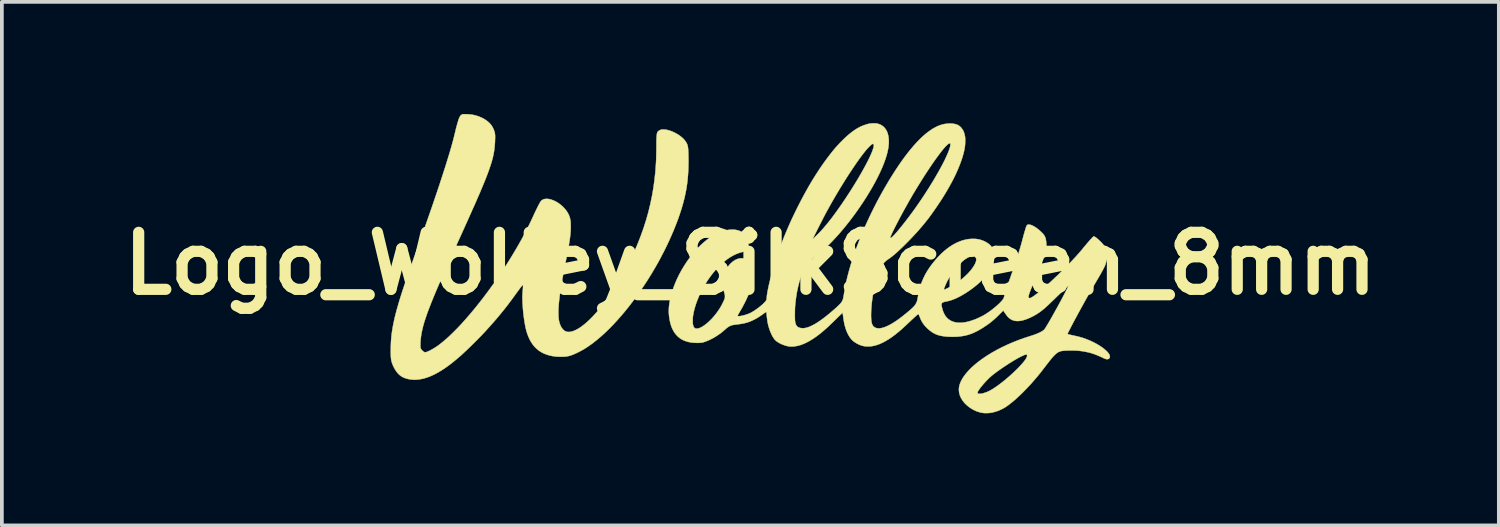
<source format=kicad_pcb>
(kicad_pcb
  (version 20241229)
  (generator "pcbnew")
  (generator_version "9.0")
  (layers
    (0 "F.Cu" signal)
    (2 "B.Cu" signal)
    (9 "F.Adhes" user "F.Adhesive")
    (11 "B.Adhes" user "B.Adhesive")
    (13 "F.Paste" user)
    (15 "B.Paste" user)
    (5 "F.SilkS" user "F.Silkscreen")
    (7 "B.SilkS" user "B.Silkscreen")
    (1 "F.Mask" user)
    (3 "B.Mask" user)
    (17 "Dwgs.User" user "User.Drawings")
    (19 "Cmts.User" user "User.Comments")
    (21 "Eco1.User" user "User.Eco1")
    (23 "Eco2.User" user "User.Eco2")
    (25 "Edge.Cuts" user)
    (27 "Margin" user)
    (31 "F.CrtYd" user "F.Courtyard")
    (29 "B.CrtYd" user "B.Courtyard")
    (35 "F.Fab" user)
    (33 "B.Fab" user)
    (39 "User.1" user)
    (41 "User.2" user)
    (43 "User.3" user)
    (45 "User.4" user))
  (footprint "Logo_Wolley_SilkScreen_8mm"
    (layer "F.Cu")
    (at 17.025 4.001)
    (property "Reference" "Logo_Wolley_SilkScreen_8mm" (at 0 0 0) (layer "F.SilkS") (effects (font (size 1.524 1.524) (thickness 0.3))))
    (attr through_hole)
    (fp_poly (pts (xy -7.624 -3.996) (xy -7.549 -3.994) (xy -7.479 -3.987) (xy -7.412 -3.977) (xy -7.346 -3.961) (xy -7.318 -3.953) (xy -7.25 -3.929) (xy -7.185 -3.901) (xy -7.124 -3.869) (xy -7.068 -3.833) (xy -7.017 -3.794) (xy -6.972 -3.752) (xy -6.934 -3.707) (xy -6.919 -3.686) (xy -6.908 -3.668) (xy -6.895 -3.644) (xy -6.881 -3.617) (xy -6.868 -3.589) (xy -6.857 -3.562) (xy -6.848 -3.539) (xy -6.845 -3.528) (xy -6.837 -3.498) (xy -6.832 -3.465) (xy -6.829 -3.429) (xy -6.828 -3.387) (xy -6.829 -3.34) (xy -6.829 -3.337) (xy -6.832 -3.25) (xy -6.838 -3.17) (xy -6.845 -3.094) (xy -6.854 -3.021) (xy -6.866 -2.951) (xy -6.88 -2.881) (xy -6.897 -2.809) (xy -6.917 -2.735) (xy -6.941 -2.657) (xy -6.96 -2.6) (xy -6.973 -2.561) (xy -6.987 -2.521) (xy -7.001 -2.48) (xy -7.017 -2.438) (xy -7.033 -2.394) (xy -7.05 -2.348) (xy -7.069 -2.3) (xy -7.089 -2.25) (xy -7.11 -2.197) (xy -7.133 -2.141) (xy -7.157 -2.083) (xy -7.183 -2.021) (xy -7.211 -1.955) (xy -7.24 -1.886) (xy -7.272 -1.813) (xy -7.306 -1.736) (xy -7.341 -1.654) (xy -7.379 -1.568) (xy -7.42 -1.477) (xy -7.463 -1.381) (xy -7.508 -1.279) (xy -7.556 -1.172) (xy -7.607 -1.059) (xy -7.66 -0.941) (xy -7.717 -0.816) (xy -7.776 -0.684) (xy -7.839 -0.546) (xy -7.853 -0.516) (xy -7.877 -0.463) (xy -7.902 -0.408) (xy -7.927 -0.352) (xy -7.953 -0.295) (xy -7.978 -0.24) (xy -8.002 -0.187) (xy -8.025 -0.137) (xy -8.046 -0.09) (xy -8.065 -0.047) (xy -8.081 -0.011) (xy -8.089 0.008) (xy -8.151 0.145) (xy -8.209 0.276) (xy -8.263 0.4) (xy -8.315 0.518) (xy -8.363 0.63) (xy -8.409 0.737) (xy -8.451 0.838) (xy -8.49 0.933) (xy -8.527 1.024) (xy -8.561 1.11) (xy -8.593 1.192) (xy -8.622 1.269) (xy -8.649 1.342) (xy -8.673 1.412) (xy -8.695 1.478) (xy -8.716 1.541) (xy -8.734 1.6) (xy -8.75 1.657) (xy -8.764 1.711) (xy -8.776 1.763) (xy -8.787 1.812) (xy -8.797 1.86) (xy -8.799 1.874) (xy -8.808 1.928) (xy -8.815 1.983) (xy -8.821 2.038) (xy -8.825 2.091) (xy -8.827 2.14) (xy -8.828 2.185) (xy -8.828 2.202) (xy -8.827 2.223) (xy -8.826 2.239) (xy -8.824 2.251) (xy -8.822 2.26) (xy -8.819 2.269) (xy -8.814 2.28) (xy -8.802 2.299) (xy -8.787 2.317) (xy -8.769 2.335) (xy -8.75 2.351) (xy -8.73 2.364) (xy -8.713 2.372) (xy -8.699 2.375) (xy -8.683 2.372) (xy -8.662 2.366) (xy -8.636 2.356) (xy -8.606 2.343) (xy -8.573 2.328) (xy -8.538 2.309) (xy -8.502 2.289) (xy -8.465 2.267) (xy -8.428 2.244) (xy -8.407 2.231) (xy -8.344 2.187) (xy -8.278 2.136) (xy -8.208 2.079) (xy -8.135 2.017) (xy -8.06 1.949) (xy -7.983 1.875) (xy -7.904 1.797) (xy -7.823 1.715) (xy -7.741 1.628) (xy -7.658 1.536) (xy -7.647 1.524) (xy -7.518 1.376) (xy -7.389 1.222) (xy -7.26 1.062) (xy -7.131 0.896) (xy -7.004 0.726) (xy -6.878 0.552) (xy -6.754 0.375) (xy -6.633 0.196) (xy -6.515 0.016) (xy -6.401 -0.166) (xy -6.292 -0.347) (xy -6.198 -0.508) (xy -6.132 -0.626) (xy -6.069 -0.74) (xy -6.01 -0.851) (xy -5.954 -0.963) (xy -5.898 -1.076) (xy -5.843 -1.193) (xy -5.801 -1.283) (xy -5.786 -1.318) (xy -5.769 -1.354) (xy -5.75 -1.393) (xy -5.731 -1.432) (xy -5.712 -1.47) (xy -5.694 -1.508) (xy -5.676 -1.543) (xy -5.66 -1.574) (xy -5.645 -1.601) (xy -5.633 -1.623) (xy -5.627 -1.634) (xy -5.615 -1.653) (xy -5.603 -1.669) (xy -5.592 -1.682) (xy -5.587 -1.687) (xy -5.558 -1.707) (xy -5.526 -1.721) (xy -5.489 -1.729) (xy -5.45 -1.731) (xy -5.408 -1.729) (xy -5.364 -1.721) (xy -5.319 -1.708) (xy -5.272 -1.691) (xy -5.226 -1.67) (xy -5.179 -1.645) (xy -5.133 -1.616) (xy -5.088 -1.583) (xy -5.044 -1.547) (xy -5.003 -1.508) (xy -4.964 -1.466) (xy -4.928 -1.422) (xy -4.896 -1.375) (xy -4.881 -1.35) (xy -4.855 -1.3) (xy -4.835 -1.247) (xy -4.82 -1.191) (xy -4.81 -1.135) (xy -4.808 -1.118) (xy -4.807 -1.094) (xy -4.806 -1.066) (xy -4.805 -1.033) (xy -4.805 -0.999) (xy -4.805 -0.963) (xy -4.805 -0.928) (xy -4.806 -0.895) (xy -4.808 -0.865) (xy -4.809 -0.84) (xy -4.81 -0.831) (xy -4.815 -0.786) (xy -4.82 -0.74) (xy -4.825 -0.694) (xy -4.832 -0.646) (xy -4.839 -0.596) (xy -4.847 -0.544) (xy -4.857 -0.488) (xy -4.867 -0.429) (xy -4.879 -0.365) (xy -4.892 -0.296) (xy -4.906 -0.22) (xy -4.922 -0.139) (xy -4.934 -0.081) (xy -4.958 0.042) (xy -4.981 0.158) (xy -5.002 0.267) (xy -5.021 0.369) (xy -5.038 0.466) (xy -5.054 0.557) (xy -5.068 0.642) (xy -5.081 0.722) (xy -5.092 0.798) (xy -5.102 0.869) (xy -5.11 0.936) (xy -5.117 0.999) (xy -5.123 1.059) (xy -5.128 1.116) (xy -5.131 1.171) (xy -5.134 1.223) (xy -5.135 1.273) (xy -5.135 1.307) (xy -5.134 1.371) (xy -5.132 1.428) (xy -5.127 1.479) (xy -5.12 1.526) (xy -5.111 1.569) (xy -5.099 1.608) (xy -5.085 1.646) (xy -5.071 1.677) (xy -5.051 1.712) (xy -5.029 1.743) (xy -5.004 1.771) (xy -4.979 1.793) (xy -4.954 1.809) (xy -4.952 1.81) (xy -4.917 1.823) (xy -4.878 1.83) (xy -4.836 1.829) (xy -4.792 1.822) (xy -4.744 1.809) (xy -4.694 1.789) (xy -4.642 1.764) (xy -4.587 1.732) (xy -4.53 1.694) (xy -4.471 1.65) (xy -4.41 1.601) (xy -4.348 1.546) (xy -4.284 1.485) (xy -4.219 1.419) (xy -4.153 1.348) (xy -4.085 1.272) (xy -4.017 1.191) (xy -3.948 1.105) (xy -3.878 1.014) (xy -3.808 0.919) (xy -3.802 0.91) (xy -3.694 0.754) (xy -3.588 0.592) (xy -3.486 0.424) (xy -3.387 0.25) (xy -3.292 0.072) (xy -3.201 -0.11) (xy -3.115 -0.295) (xy -3.033 -0.483) (xy -2.957 -0.672) (xy -2.927 -0.752) (xy -2.853 -0.96) (xy -2.786 -1.17) (xy -2.727 -1.38) (xy -2.676 -1.591) (xy -2.631 -1.805) (xy -2.594 -2.02) (xy -2.564 -2.238) (xy -2.54 -2.458) (xy -2.525 -2.675) (xy -2.521 -2.75) (xy -2.518 -2.832) (xy -2.516 -2.919) (xy -2.514 -3.01) (xy -2.513 -3.102) (xy -2.513 -3.138) (xy -2.513 -3.202) (xy -2.512 -3.259) (xy -2.511 -3.309) (xy -2.51 -3.352) (xy -2.508 -3.39) (xy -2.505 -3.422) (xy -2.502 -3.449) (xy -2.499 -3.471) (xy -2.495 -3.49) (xy -2.49 -3.505) (xy -2.486 -3.514) (xy -2.473 -3.532) (xy -2.455 -3.548) (xy -2.432 -3.563) (xy -2.406 -3.575) (xy -2.379 -3.583) (xy -2.379 -3.583) (xy -2.34 -3.587) (xy -2.296 -3.586) (xy -2.249 -3.58) (xy -2.199 -3.569) (xy -2.148 -3.553) (xy -2.095 -3.534) (xy -2.041 -3.51) (xy -1.989 -3.483) (xy -1.937 -3.453) (xy -1.888 -3.42) (xy -1.841 -3.384) (xy -1.834 -3.378) (xy -1.794 -3.342) (xy -1.759 -3.303) (xy -1.729 -3.263) (xy -1.705 -3.223) (xy -1.693 -3.198) (xy -1.686 -3.18) (xy -1.68 -3.162) (xy -1.675 -3.141) (xy -1.671 -3.119) (xy -1.667 -3.093) (xy -1.664 -3.063) (xy -1.662 -3.03) (xy -1.66 -2.991) (xy -1.658 -2.946) (xy -1.657 -2.894) (xy -1.656 -2.861) (xy -1.655 -2.727) (xy -1.657 -2.599) (xy -1.661 -2.477) (xy -1.669 -2.359) (xy -1.679 -2.245) (xy -1.692 -2.133) (xy -1.708 -2.024) (xy -1.728 -1.915) (xy -1.751 -1.806) (xy -1.771 -1.721) (xy -1.804 -1.594) (xy -1.842 -1.464) (xy -1.886 -1.329) (xy -1.934 -1.19) (xy -1.988 -1.049) (xy -2.045 -0.905) (xy -2.107 -0.76) (xy -2.173 -0.613) (xy -2.242 -0.466) (xy -2.315 -0.319) (xy -2.391 -0.173) (xy -2.458 -0.048) (xy -2.549 0.112) (xy -2.642 0.269) (xy -2.738 0.424) (xy -2.836 0.575) (xy -2.936 0.723) (xy -3.038 0.868) (xy -3.142 1.008) (xy -3.246 1.144) (xy -3.352 1.276) (xy -3.459 1.402) (xy -3.566 1.523) (xy -3.673 1.639) (xy -3.78 1.749) (xy -3.887 1.852) (xy -3.994 1.949) (xy -4.099 2.038) (xy -4.204 2.121) (xy -4.218 2.132) (xy -4.297 2.189) (xy -4.373 2.241) (xy -4.447 2.288) (xy -4.522 2.33) (xy -4.598 2.37) (xy -4.676 2.407) (xy -4.689 2.413) (xy -4.741 2.435) (xy -4.788 2.453) (xy -4.833 2.467) (xy -4.876 2.478) (xy -4.92 2.486) (xy -4.966 2.491) (xy -5.016 2.493) (xy -5.064 2.494) (xy -5.138 2.492) (xy -5.206 2.488) (xy -5.271 2.479) (xy -5.334 2.468) (xy -5.371 2.459) (xy -5.448 2.436) (xy -5.521 2.408) (xy -5.588 2.374) (xy -5.651 2.334) (xy -5.709 2.288) (xy -5.763 2.236) (xy -5.812 2.178) (xy -5.857 2.114) (xy -5.898 2.043) (xy -5.934 1.966) (xy -5.966 1.883) (xy -5.968 1.877) (xy -5.985 1.825) (xy -6.001 1.765) (xy -6.016 1.699) (xy -6.03 1.628) (xy -6.043 1.551) (xy -6.055 1.47) (xy -6.066 1.386) (xy -6.076 1.298) (xy -6.084 1.208) (xy -6.09 1.117) (xy -6.096 1.024) (xy -6.096 1.008) (xy -6.098 0.937) (xy -6.099 0.872) (xy -6.096 0.811) (xy -6.092 0.753) (xy -6.09 0.733) (xy -6.087 0.702) (xy -6.085 0.672) (xy -6.083 0.645) (xy -6.082 0.62) (xy -6.082 0.6) (xy -6.082 0.586) (xy -6.083 0.578) (xy -6.085 0.573) (xy -6.088 0.572) (xy -6.092 0.575) (xy -6.1 0.583) (xy -6.105 0.589) (xy -6.116 0.602) (xy -6.132 0.621) (xy -6.151 0.646) (xy -6.173 0.676) (xy -6.199 0.71) (xy -6.227 0.748) (xy -6.258 0.79) (xy -6.291 0.836) (xy -6.311 0.864) (xy -6.402 0.988) (xy -6.494 1.11) (xy -6.587 1.229) (xy -6.682 1.346) (xy -6.78 1.464) (xy -6.882 1.582) (xy -6.989 1.702) (xy -7.1 1.824) (xy -7.16 1.888) (xy -7.198 1.928) (xy -7.24 1.971) (xy -7.286 2.018) (xy -7.335 2.067) (xy -7.385 2.117) (xy -7.437 2.168) (xy -7.488 2.219) (xy -7.539 2.268) (xy -7.589 2.316) (xy -7.636 2.36) (xy -7.68 2.401) (xy -7.72 2.438) (xy -7.737 2.454) (xy -7.838 2.541) (xy -7.937 2.623) (xy -8.033 2.699) (xy -8.128 2.768) (xy -8.22 2.831) (xy -8.31 2.887) (xy -8.397 2.936) (xy -8.447 2.963) (xy -8.53 3.002) (xy -8.609 3.034) (xy -8.685 3.06) (xy -8.76 3.081) (xy -8.833 3.095) (xy -8.906 3.104) (xy -8.927 3.106) (xy -8.947 3.107) (xy -8.966 3.108) (xy -8.981 3.109) (xy -8.99 3.109) (xy -8.992 3.109) (xy -8.999 3.108) (xy -9.011 3.108) (xy -9.028 3.106) (xy -9.042 3.106) (xy -9.109 3.098) (xy -9.173 3.085) (xy -9.232 3.068) (xy -9.287 3.045) (xy -9.302 3.038) (xy -9.347 3.011) (xy -9.389 2.978) (xy -9.428 2.94) (xy -9.465 2.896) (xy -9.499 2.845) (xy -9.532 2.787) (xy -9.556 2.737) (xy -9.569 2.707) (xy -9.58 2.678) (xy -9.59 2.651) (xy -9.598 2.623) (xy -9.605 2.595) (xy -9.61 2.565) (xy -9.614 2.533) (xy -9.617 2.498) (xy -9.619 2.458) (xy -9.62 2.414) (xy -9.621 2.364) (xy -9.62 2.308) (xy -9.62 2.276) (xy -9.618 2.194) (xy -9.615 2.117) (xy -9.611 2.044) (xy -9.605 1.975) (xy -9.598 1.907) (xy -9.589 1.838) (xy -9.578 1.767) (xy -9.565 1.693) (xy -9.565 1.691) (xy -9.555 1.636) (xy -9.543 1.58) (xy -9.531 1.523) (xy -9.518 1.465) (xy -9.504 1.404) (xy -9.488 1.342) (xy -9.471 1.278) (xy -9.453 1.211) (xy -9.433 1.142) (xy -9.412 1.069) (xy -9.39 0.994) (xy -9.365 0.914) (xy -9.339 0.831) (xy -9.311 0.744) (xy -9.281 0.653) (xy -9.249 0.556) (xy -9.214 0.455) (xy -9.178 0.349) (xy -9.139 0.237) (xy -9.098 0.12) (xy -9.054 -0.004) (xy -9.008 -0.134) (xy -8.96 -0.27) (xy -8.908 -0.413) (xy -8.895 -0.45) (xy -8.812 -0.681) (xy -8.732 -0.904) (xy -8.655 -1.121) (xy -8.582 -1.331) (xy -8.511 -1.535) (xy -8.444 -1.733) (xy -8.379 -1.924) (xy -8.317 -2.11) (xy -8.258 -2.29) (xy -8.202 -2.464) (xy -8.164 -2.581) (xy -8.131 -2.686) (xy -8.101 -2.784) (xy -8.072 -2.877) (xy -8.046 -2.964) (xy -8.022 -3.046) (xy -7.999 -3.124) (xy -7.979 -3.198) (xy -7.959 -3.269) (xy -7.941 -3.338) (xy -7.924 -3.406) (xy -7.908 -3.472) (xy -7.895 -3.525) (xy -7.881 -3.583) (xy -7.867 -3.638) (xy -7.853 -3.691) (xy -7.84 -3.741) (xy -7.826 -3.786) (xy -7.814 -3.827) (xy -7.802 -3.862) (xy -7.791 -3.891) (xy -7.782 -3.912) (xy -7.765 -3.942) (xy -7.746 -3.966) (xy -7.725 -3.982) (xy -7.715 -3.987) (xy -7.708 -3.991) (xy -7.701 -3.993) (xy -7.692 -3.995) (xy -7.682 -3.996) (xy -7.668 -3.996) (xy -7.648 -3.996) (xy -7.624 -3.996)) (stroke (width 0.01) (type solid)) (fill yes) (layer "F.SilkS"))
    (fp_poly (pts (xy 3.343 -3.751) (xy 3.371 -3.749) (xy 3.384 -3.747) (xy 3.437 -3.733) (xy 3.485 -3.714) (xy 3.529 -3.688) (xy 3.568 -3.657) (xy 3.602 -3.62) (xy 3.632 -3.577) (xy 3.657 -3.53) (xy 3.676 -3.477) (xy 3.691 -3.419) (xy 3.701 -3.356) (xy 3.705 -3.289) (xy 3.704 -3.217) (xy 3.697 -3.141) (xy 3.692 -3.103) (xy 3.681 -3.04) (xy 3.666 -2.972) (xy 3.647 -2.899) (xy 3.623 -2.823) (xy 3.596 -2.744) (xy 3.566 -2.664) (xy 3.56 -2.648) (xy 3.512 -2.533) (xy 3.458 -2.415) (xy 3.398 -2.293) (xy 3.333 -2.169) (xy 3.263 -2.043) (xy 3.188 -1.916) (xy 3.11 -1.788) (xy 3.028 -1.66) (xy 2.942 -1.532) (xy 2.854 -1.405) (xy 2.763 -1.279) (xy 2.67 -1.156) (xy 2.575 -1.035) (xy 2.479 -0.918) (xy 2.382 -0.804) (xy 2.284 -0.695) (xy 2.186 -0.59) (xy 2.113 -0.516) (xy 2.051 -0.455) (xy 1.992 -0.399) (xy 1.935 -0.347) (xy 1.878 -0.298) (xy 1.821 -0.251) (xy 1.762 -0.204) (xy 1.699 -0.158) (xy 1.632 -0.109) (xy 1.591 -0.079) (xy 1.556 -0.051) (xy 1.527 -0.024) (xy 1.501 0.005) (xy 1.479 0.035) (xy 1.459 0.068) (xy 1.44 0.106) (xy 1.422 0.15) (xy 1.413 0.174) (xy 1.361 0.323) (xy 1.316 0.469) (xy 1.278 0.616) (xy 1.247 0.762) (xy 1.223 0.91) (xy 1.205 1.06) (xy 1.196 1.16) (xy 1.195 1.185) (xy 1.194 1.215) (xy 1.193 1.248) (xy 1.192 1.284) (xy 1.192 1.321) (xy 1.191 1.359) (xy 1.191 1.396) (xy 1.192 1.431) (xy 1.192 1.464) (xy 1.193 1.492) (xy 1.194 1.515) (xy 1.195 1.533) (xy 1.196 1.537) (xy 1.201 1.568) (xy 1.208 1.596) (xy 1.215 1.621) (xy 1.223 1.641) (xy 1.224 1.644) (xy 1.236 1.662) (xy 1.252 1.681) (xy 1.27 1.696) (xy 1.28 1.703) (xy 1.297 1.711) (xy 1.321 1.719) (xy 1.347 1.725) (xy 1.375 1.729) (xy 1.386 1.73) (xy 1.428 1.73) (xy 1.475 1.723) (xy 1.525 1.711) (xy 1.579 1.692) (xy 1.637 1.666) (xy 1.698 1.635) (xy 1.762 1.598) (xy 1.83 1.554) (xy 1.887 1.515) (xy 1.927 1.486) (xy 1.968 1.455) (xy 2.012 1.421) (xy 2.056 1.386) (xy 2.1 1.35) (xy 2.144 1.314) (xy 2.187 1.277) (xy 2.229 1.241) (xy 2.269 1.206) (xy 2.306 1.173) (xy 2.339 1.141) (xy 2.369 1.112) (xy 2.395 1.086) (xy 2.416 1.063) (xy 2.432 1.045) (xy 2.434 1.041) (xy 2.445 1.025) (xy 2.454 1.01) (xy 2.462 0.995) (xy 2.469 0.978) (xy 2.476 0.96) (xy 2.482 0.938) (xy 2.488 0.913) (xy 2.493 0.883) (xy 2.5 0.847) (xy 2.507 0.805) (xy 2.509 0.787) (xy 2.534 0.644) (xy 2.564 0.497) (xy 2.6 0.346) (xy 2.641 0.19) (xy 2.687 0.031) (xy 2.738 -0.131) (xy 2.794 -0.296) (xy 2.855 -0.463) (xy 2.92 -0.632) (xy 2.945 -0.694) (xy 3.745 -0.694) (xy 3.747 -0.685) (xy 3.753 -0.682) (xy 3.763 -0.685) (xy 3.768 -0.688) (xy 3.785 -0.702) (xy 3.807 -0.721) (xy 3.833 -0.747) (xy 3.862 -0.778) (xy 3.895 -0.815) (xy 3.932 -0.857) (xy 3.971 -0.904) (xy 4.014 -0.956) (xy 4.06 -1.013) (xy 4.108 -1.074) (xy 4.159 -1.139) (xy 4.212 -1.209) (xy 4.267 -1.281) (xy 4.286 -1.307) (xy 4.349 -1.392) (xy 4.412 -1.479) (xy 4.474 -1.568) (xy 4.536 -1.658) (xy 4.598 -1.749) (xy 4.659 -1.841) (xy 4.718 -1.933) (xy 4.777 -2.024) (xy 4.833 -2.116) (xy 4.889 -2.206) (xy 4.942 -2.295) (xy 4.992 -2.383) (xy 5.041 -2.468) (xy 5.087 -2.551) (xy 5.13 -2.631) (xy 5.17 -2.708) (xy 5.207 -2.782) (xy 5.24 -2.852) (xy 5.269 -2.917) (xy 5.295 -2.978) (xy 5.316 -3.034) (xy 5.333 -3.084) (xy 5.344 -3.12) (xy 5.348 -3.142) (xy 5.352 -3.163) (xy 5.353 -3.183) (xy 5.353 -3.199) (xy 5.351 -3.21) (xy 5.349 -3.213) (xy 5.339 -3.217) (xy 5.326 -3.216) (xy 5.31 -3.208) (xy 5.29 -3.195) (xy 5.266 -3.174) (xy 5.239 -3.148) (xy 5.22 -3.129) (xy 5.189 -3.094) (xy 5.153 -3.052) (xy 5.115 -3.005) (xy 5.074 -2.951) (xy 5.03 -2.893) (xy 4.984 -2.83) (xy 4.935 -2.762) (xy 4.885 -2.691) (xy 4.834 -2.616) (xy 4.781 -2.537) (xy 4.727 -2.456) (xy 4.672 -2.372) (xy 4.617 -2.286) (xy 4.562 -2.198) (xy 4.507 -2.109) (xy 4.452 -2.02) (xy 4.397 -1.929) (xy 4.343 -1.839) (xy 4.291 -1.749) (xy 4.261 -1.697) (xy 4.223 -1.63) (xy 4.185 -1.562) (xy 4.147 -1.494) (xy 4.109 -1.426) (xy 4.072 -1.358) (xy 4.036 -1.291) (xy 4.001 -1.226) (xy 3.968 -1.163) (xy 3.936 -1.101) (xy 3.905 -1.043) (xy 3.877 -0.987) (xy 3.851 -0.935) (xy 3.827 -0.887) (xy 3.806 -0.843) (xy 3.787 -0.804) (xy 3.772 -0.77) (xy 3.76 -0.742) (xy 3.751 -0.719) (xy 3.748 -0.709) (xy 3.745 -0.694) (xy 2.945 -0.694) (xy 2.989 -0.802) (xy 3.062 -0.974) (xy 3.14 -1.146) (xy 3.221 -1.318) (xy 3.306 -1.49) (xy 3.394 -1.662) (xy 3.486 -1.832) (xy 3.524 -1.901) (xy 3.613 -2.056) (xy 3.701 -2.206) (xy 3.789 -2.349) (xy 3.876 -2.485) (xy 3.962 -2.615) (xy 4.047 -2.738) (xy 4.131 -2.854) (xy 4.215 -2.964) (xy 4.298 -3.066) (xy 4.379 -3.162) (xy 4.459 -3.25) (xy 4.538 -3.331) (xy 4.616 -3.405) (xy 4.692 -3.471) (xy 4.717 -3.491) (xy 4.792 -3.547) (xy 4.865 -3.597) (xy 4.937 -3.639) (xy 5.007 -3.674) (xy 5.075 -3.701) (xy 5.142 -3.721) (xy 5.201 -3.734) (xy 5.26 -3.742) (xy 5.318 -3.746) (xy 5.373 -3.746) (xy 5.426 -3.741) (xy 5.474 -3.733) (xy 5.518 -3.72) (xy 5.557 -3.704) (xy 5.59 -3.683) (xy 5.59 -3.683) (xy 5.629 -3.649) (xy 5.662 -3.609) (xy 5.691 -3.565) (xy 5.714 -3.514) (xy 5.731 -3.459) (xy 5.743 -3.399) (xy 5.746 -3.379) (xy 5.748 -3.354) (xy 5.749 -3.323) (xy 5.749 -3.288) (xy 5.748 -3.252) (xy 5.747 -3.214) (xy 5.745 -3.179) (xy 5.742 -3.147) (xy 5.739 -3.123) (xy 5.73 -3.069) (xy 5.72 -3.018) (xy 5.708 -2.967) (xy 5.694 -2.915) (xy 5.678 -2.859) (xy 5.659 -2.799) (xy 5.652 -2.777) (xy 5.612 -2.666) (xy 5.566 -2.551) (xy 5.514 -2.432) (xy 5.456 -2.309) (xy 5.391 -2.183) (xy 5.32 -2.054) (xy 5.244 -1.922) (xy 5.167 -1.795) (xy 5.133 -1.741) (xy 5.096 -1.684) (xy 5.056 -1.624) (xy 5.015 -1.562) (xy 4.973 -1.501) (xy 4.93 -1.439) (xy 4.888 -1.379) (xy 4.847 -1.321) (xy 4.807 -1.266) (xy 4.769 -1.214) (xy 4.733 -1.168) (xy 4.701 -1.128) (xy 4.632 -1.043) (xy 4.561 -0.959) (xy 4.488 -0.875) (xy 4.411 -0.79) (xy 4.33 -0.704) (xy 4.244 -0.614) (xy 4.184 -0.553) (xy 4.122 -0.491) (xy 4.064 -0.434) (xy 4.01 -0.383) (xy 3.96 -0.336) (xy 3.914 -0.293) (xy 3.869 -0.255) (xy 3.827 -0.219) (xy 3.787 -0.187) (xy 3.748 -0.158) (xy 3.709 -0.13) (xy 3.698 -0.123) (xy 3.661 -0.096) (xy 3.627 -0.07) (xy 3.597 -0.042) (xy 3.57 -0.013) (xy 3.545 0.019) (xy 3.522 0.053) (xy 3.5 0.092) (xy 3.48 0.135) (xy 3.459 0.184) (xy 3.439 0.238) (xy 3.417 0.3) (xy 3.417 0.302) (xy 3.405 0.339) (xy 3.391 0.383) (xy 3.377 0.429) (xy 3.363 0.477) (xy 3.35 0.525) (xy 3.337 0.571) (xy 3.326 0.613) (xy 3.319 0.642) (xy 3.304 0.709) (xy 3.29 0.779) (xy 3.277 0.851) (xy 3.266 0.925) (xy 3.256 0.999) (xy 3.247 1.072) (xy 3.241 1.145) (xy 3.235 1.216) (xy 3.232 1.285) (xy 3.23 1.35) (xy 3.23 1.411) (xy 3.232 1.468) (xy 3.236 1.518) (xy 3.242 1.563) (xy 3.245 1.576) (xy 3.254 1.612) (xy 3.267 1.643) (xy 3.284 1.669) (xy 3.296 1.683) (xy 3.324 1.705) (xy 3.356 1.721) (xy 3.392 1.731) (xy 3.432 1.735) (xy 3.477 1.732) (xy 3.525 1.723) (xy 3.578 1.708) (xy 3.634 1.686) (xy 3.695 1.658) (xy 3.759 1.624) (xy 3.823 1.586) (xy 3.862 1.561) (xy 3.902 1.535) (xy 3.942 1.507) (xy 3.985 1.476) (xy 4.03 1.442) (xy 4.078 1.405) (xy 4.13 1.363) (xy 4.174 1.328) (xy 4.222 1.288) (xy 4.265 1.252) (xy 4.303 1.219) (xy 4.335 1.189) (xy 4.363 1.161) (xy 4.387 1.135) (xy 4.407 1.109) (xy 4.424 1.084) (xy 4.438 1.058) (xy 4.45 1.032) (xy 4.46 1.004) (xy 4.468 0.974) (xy 4.475 0.94) (xy 4.482 0.904) (xy 4.485 0.883) (xy 4.496 0.819) (xy 4.507 0.761) (xy 4.52 0.706) (xy 4.524 0.689) (xy 5.181 0.689) (xy 5.184 0.694) (xy 5.191 0.695) (xy 5.203 0.692) (xy 5.221 0.686) (xy 5.244 0.675) (xy 5.259 0.668) (xy 5.285 0.655) (xy 5.316 0.639) (xy 5.35 0.62) (xy 5.385 0.6) (xy 5.421 0.58) (xy 5.455 0.56) (xy 5.485 0.541) (xy 5.489 0.538) (xy 5.549 0.498) (xy 5.608 0.456) (xy 5.664 0.411) (xy 5.719 0.364) (xy 5.771 0.316) (xy 5.82 0.268) (xy 5.865 0.218) (xy 5.907 0.17) (xy 5.943 0.121) (xy 5.975 0.074) (xy 6.002 0.029) (xy 6.022 -0.014) (xy 6.037 -0.054) (xy 6.039 -0.061) (xy 6.044 -0.094) (xy 6.044 -0.123) (xy 6.037 -0.147) (xy 6.025 -0.167) (xy 6.006 -0.181) (xy 5.982 -0.191) (xy 5.954 -0.195) (xy 5.921 -0.194) (xy 5.884 -0.186) (xy 5.846 -0.172) (xy 5.805 -0.152) (xy 5.763 -0.126) (xy 5.719 -0.095) (xy 5.675 -0.059) (xy 5.63 -0.019) (xy 5.585 0.026) (xy 5.54 0.074) (xy 5.495 0.126) (xy 5.452 0.181) (xy 5.409 0.239) (xy 5.368 0.299) (xy 5.33 0.361) (xy 5.293 0.425) (xy 5.259 0.49) (xy 5.257 0.495) (xy 5.244 0.523) (xy 5.23 0.553) (xy 5.217 0.583) (xy 5.205 0.612) (xy 5.195 0.637) (xy 5.187 0.658) (xy 5.184 0.668) (xy 5.181 0.681) (xy 5.181 0.689) (xy 4.524 0.689) (xy 4.534 0.653) (xy 4.55 0.6) (xy 4.561 0.566) (xy 4.598 0.469) (xy 4.64 0.373) (xy 4.687 0.28) (xy 4.741 0.188) (xy 4.802 0.097) (xy 4.869 0.006) (xy 4.943 -0.085) (xy 5.024 -0.177) (xy 5.029 -0.182) (xy 5.105 -0.26) (xy 5.182 -0.331) (xy 5.261 -0.395) (xy 5.34 -0.453) (xy 5.421 -0.504) (xy 5.503 -0.548) (xy 5.584 -0.585) (xy 5.666 -0.615) (xy 5.748 -0.637) (xy 5.83 -0.653) (xy 5.911 -0.66) (xy 5.925 -0.661) (xy 5.99 -0.661) (xy 6.05 -0.657) (xy 6.107 -0.648) (xy 6.162 -0.634) (xy 6.217 -0.615) (xy 6.273 -0.59) (xy 6.279 -0.587) (xy 6.331 -0.558) (xy 6.376 -0.528) (xy 6.415 -0.494) (xy 6.448 -0.457) (xy 6.474 -0.417) (xy 6.494 -0.373) (xy 6.509 -0.324) (xy 6.518 -0.27) (xy 6.522 -0.211) (xy 6.522 -0.158) (xy 6.519 -0.103) (xy 6.513 -0.054) (xy 6.505 -0.01) (xy 6.498 0.019) (xy 6.484 0.057) (xy 6.465 0.099) (xy 6.44 0.145) (xy 6.409 0.194) (xy 6.373 0.246) (xy 6.365 0.257) (xy 6.315 0.32) (xy 6.26 0.383) (xy 6.198 0.446) (xy 6.13 0.51) (xy 6.059 0.572) (xy 5.983 0.633) (xy 5.905 0.692) (xy 5.824 0.748) (xy 5.742 0.801) (xy 5.659 0.85) (xy 5.591 0.887) (xy 5.521 0.922) (xy 5.454 0.951) (xy 5.39 0.975) (xy 5.329 0.995) (xy 5.269 1.009) (xy 5.255 1.012) (xy 5.22 1.019) (xy 5.193 1.026) (xy 5.171 1.032) (xy 5.155 1.038) (xy 5.142 1.044) (xy 5.133 1.051) (xy 5.126 1.06) (xy 5.122 1.066) (xy 5.117 1.081) (xy 5.115 1.098) (xy 5.116 1.12) (xy 5.12 1.147) (xy 5.125 1.169) (xy 5.143 1.238) (xy 5.165 1.3) (xy 5.191 1.355) (xy 5.221 1.404) (xy 5.255 1.447) (xy 5.256 1.447) (xy 5.296 1.485) (xy 5.341 1.517) (xy 5.39 1.543) (xy 5.444 1.562) (xy 5.501 1.576) (xy 5.563 1.583) (xy 5.628 1.584) (xy 5.698 1.578) (xy 5.77 1.567) (xy 5.847 1.549) (xy 5.926 1.525) (xy 6.009 1.495) (xy 6.011 1.495) (xy 6.045 1.481) (xy 6.082 1.464) (xy 6.121 1.447) (xy 6.159 1.428) (xy 6.195 1.41) (xy 6.228 1.393) (xy 6.256 1.378) (xy 6.261 1.374) (xy 6.31 1.344) (xy 6.358 1.312) (xy 6.407 1.278) (xy 6.454 1.243) (xy 6.5 1.207) (xy 6.545 1.171) (xy 6.587 1.135) (xy 6.626 1.1) (xy 6.663 1.066) (xy 6.695 1.033) (xy 6.723 1.002) (xy 6.747 0.974) (xy 6.766 0.948) (xy 6.778 0.925) (xy 6.785 0.908) (xy 6.792 0.879) (xy 6.8 0.849) (xy 6.809 0.816) (xy 6.82 0.781) (xy 6.831 0.742) (xy 6.845 0.7) (xy 6.86 0.654) (xy 6.877 0.602) (xy 6.897 0.546) (xy 6.918 0.484) (xy 6.942 0.416) (xy 6.969 0.341) (xy 6.971 0.333) (xy 7.014 0.213) (xy 7.053 0.099) (xy 7.09 -0.009) (xy 7.124 -0.112) (xy 7.156 -0.211) (xy 7.185 -0.305) (xy 7.213 -0.397) (xy 7.239 -0.486) (xy 7.263 -0.573) (xy 7.286 -0.658) (xy 7.291 -0.676) (xy 7.305 -0.731) (xy 7.319 -0.783) (xy 7.333 -0.831) (xy 7.346 -0.875) (xy 7.358 -0.914) (xy 7.368 -0.948) (xy 7.378 -0.977) (xy 7.387 -0.999) (xy 7.394 -1.015) (xy 7.399 -1.024) (xy 7.399 -1.025) (xy 7.414 -1.036) (xy 7.434 -1.042) (xy 7.459 -1.042) (xy 7.487 -1.038) (xy 7.519 -1.028) (xy 7.553 -1.014) (xy 7.59 -0.994) (xy 7.603 -0.987) (xy 7.637 -0.965) (xy 7.67 -0.941) (xy 7.705 -0.914) (xy 7.742 -0.882) (xy 7.765 -0.862) (xy 7.801 -0.828) (xy 7.83 -0.798) (xy 7.853 -0.768) (xy 7.872 -0.739) (xy 7.887 -0.708) (xy 7.899 -0.675) (xy 7.907 -0.638) (xy 7.913 -0.597) (xy 7.917 -0.566) (xy 7.92 -0.516) (xy 7.919 -0.466) (xy 7.914 -0.415) (xy 7.906 -0.362) (xy 7.894 -0.305) (xy 7.877 -0.244) (xy 7.857 -0.179) (xy 7.847 -0.15) (xy 7.837 -0.12) (xy 7.825 -0.089) (xy 7.813 -0.057) (xy 7.8 -0.023) (xy 7.786 0.015) (xy 7.77 0.055) (xy 7.752 0.099) (xy 7.732 0.148) (xy 7.709 0.201) (xy 7.684 0.26) (xy 7.657 0.325) (xy 7.63 0.389) (xy 7.599 0.46) (xy 7.572 0.524) (xy 7.548 0.583) (xy 7.527 0.635) (xy 7.508 0.681) (xy 7.492 0.723) (xy 7.478 0.759) (xy 7.467 0.791) (xy 7.458 0.818) (xy 7.452 0.841) (xy 7.447 0.861) (xy 7.444 0.877) (xy 7.443 0.891) (xy 7.444 0.901) (xy 7.446 0.91) (xy 7.45 0.916) (xy 7.459 0.923) (xy 7.472 0.925) (xy 7.488 0.923) (xy 7.509 0.915) (xy 7.534 0.901) (xy 7.563 0.883) (xy 7.59 0.865) (xy 7.632 0.834) (xy 7.679 0.798) (xy 7.731 0.756) (xy 7.785 0.71) (xy 7.844 0.66) (xy 7.904 0.607) (xy 7.968 0.55) (xy 8.033 0.49) (xy 8.1 0.428) (xy 8.167 0.364) (xy 8.236 0.299) (xy 8.304 0.232) (xy 8.372 0.165) (xy 8.439 0.097) (xy 8.506 0.03) (xy 8.57 -0.037) (xy 8.632 -0.103) (xy 8.692 -0.167) (xy 8.749 -0.23) (xy 8.802 -0.29) (xy 8.821 -0.312) (xy 8.838 -0.331) (xy 8.858 -0.355) (xy 8.88 -0.382) (xy 8.904 -0.41) (xy 8.927 -0.438) (xy 8.948 -0.464) (xy 8.985 -0.508) (xy 9.02 -0.55) (xy 9.052 -0.588) (xy 9.082 -0.621) (xy 9.109 -0.651) (xy 9.132 -0.676) (xy 9.151 -0.696) (xy 9.167 -0.711) (xy 9.178 -0.721) (xy 9.179 -0.721) (xy 9.186 -0.725) (xy 9.191 -0.726) (xy 9.198 -0.724) (xy 9.21 -0.719) (xy 9.21 -0.719) (xy 9.231 -0.707) (xy 9.255 -0.69) (xy 9.284 -0.667) (xy 9.315 -0.639) (xy 9.35 -0.606) (xy 9.367 -0.589) (xy 9.405 -0.55) (xy 9.437 -0.514) (xy 9.464 -0.481) (xy 9.485 -0.451) (xy 9.5 -0.425) (xy 9.502 -0.422) (xy 9.517 -0.382) (xy 9.529 -0.336) (xy 9.536 -0.286) (xy 9.54 -0.233) (xy 9.539 -0.178) (xy 9.534 -0.122) (xy 9.525 -0.067) (xy 9.513 -0.014) (xy 9.496 0.037) (xy 9.494 0.041) (xy 9.483 0.067) (xy 9.467 0.1) (xy 9.447 0.139) (xy 9.424 0.184) (xy 9.396 0.235) (xy 9.364 0.292) (xy 9.328 0.354) (xy 9.288 0.422) (xy 9.245 0.496) (xy 9.226 0.528) (xy 9.184 0.598) (xy 9.14 0.674) (xy 9.092 0.756) (xy 9.042 0.844) (xy 8.99 0.937) (xy 8.936 1.034) (xy 8.88 1.136) (xy 8.822 1.241) (xy 8.763 1.349) (xy 8.703 1.461) (xy 8.661 1.537) (xy 8.644 1.57) (xy 8.626 1.604) (xy 8.608 1.639) (xy 8.589 1.674) (xy 8.572 1.708) (xy 8.555 1.742) (xy 8.539 1.773) (xy 8.524 1.802) (xy 8.511 1.828) (xy 8.501 1.849) (xy 8.493 1.866) (xy 8.488 1.878) (xy 8.486 1.883) (xy 8.486 1.884) (xy 8.488 1.886) (xy 8.495 1.889) (xy 8.508 1.893) (xy 8.526 1.898) (xy 8.55 1.904) (xy 8.58 1.911) (xy 8.617 1.92) (xy 8.661 1.929) (xy 8.682 1.934) (xy 8.71 1.94) (xy 8.74 1.947) (xy 8.768 1.953) (xy 8.793 1.96) (xy 8.813 1.965) (xy 8.814 1.965) (xy 8.892 1.988) (xy 8.969 2.015) (xy 9.046 2.045) (xy 9.121 2.078) (xy 9.194 2.113) (xy 9.265 2.151) (xy 9.331 2.19) (xy 9.393 2.23) (xy 9.45 2.272) (xy 9.5 2.313) (xy 9.535 2.345) (xy 9.566 2.379) (xy 9.59 2.41) (xy 9.607 2.439) (xy 9.617 2.466) (xy 9.62 2.49) (xy 9.617 2.512) (xy 9.614 2.519) (xy 9.602 2.538) (xy 9.584 2.551) (xy 9.563 2.558) (xy 9.538 2.559) (xy 9.51 2.554) (xy 9.503 2.551) (xy 9.492 2.547) (xy 9.476 2.541) (xy 9.455 2.532) (xy 9.431 2.521) (xy 9.406 2.509) (xy 9.385 2.499) (xy 9.306 2.464) (xy 9.231 2.434) (xy 9.157 2.408) (xy 9.084 2.386) (xy 9.008 2.368) (xy 8.93 2.353) (xy 8.846 2.34) (xy 8.808 2.336) (xy 8.77 2.332) (xy 8.727 2.329) (xy 8.68 2.327) (xy 8.631 2.326) (xy 8.581 2.325) (xy 8.531 2.326) (xy 8.483 2.327) (xy 8.437 2.329) (xy 8.396 2.332) (xy 8.361 2.335) (xy 8.341 2.338) (xy 8.306 2.345) (xy 8.274 2.355) (xy 8.244 2.368) (xy 8.215 2.385) (xy 8.186 2.407) (xy 8.155 2.435) (xy 8.128 2.462) (xy 8.114 2.476) (xy 8.101 2.491) (xy 8.086 2.507) (xy 8.071 2.525) (xy 8.054 2.545) (xy 8.036 2.568) (xy 8.015 2.594) (xy 7.991 2.624) (xy 7.964 2.658) (xy 7.934 2.697) (xy 7.9 2.741) (xy 7.88 2.767) (xy 7.849 2.807) (xy 7.822 2.842) (xy 7.799 2.872) (xy 7.778 2.899) (xy 7.76 2.922) (xy 7.743 2.943) (xy 7.727 2.963) (xy 7.711 2.983) (xy 7.695 3.002) (xy 7.678 3.023) (xy 7.659 3.045) (xy 7.65 3.056) (xy 7.582 3.135) (xy 7.513 3.214) (xy 7.443 3.29) (xy 7.372 3.364) (xy 7.302 3.436) (xy 7.233 3.504) (xy 7.164 3.568) (xy 7.098 3.629) (xy 7.033 3.685) (xy 6.97 3.736) (xy 6.911 3.782) (xy 6.855 3.822) (xy 6.82 3.845) (xy 6.758 3.881) (xy 6.692 3.913) (xy 6.623 3.942) (xy 6.553 3.965) (xy 6.484 3.983) (xy 6.446 3.991) (xy 6.419 3.995) (xy 6.387 3.998) (xy 6.352 4) (xy 6.317 4.001) (xy 6.283 4.001) (xy 6.253 4) (xy 6.233 3.998) (xy 6.166 3.987) (xy 6.099 3.968) (xy 6.033 3.944) (xy 5.984 3.921) (xy 5.918 3.884) (xy 5.857 3.843) (xy 5.8 3.798) (xy 5.749 3.75) (xy 5.704 3.699) (xy 5.666 3.645) (xy 5.633 3.589) (xy 5.608 3.531) (xy 5.604 3.518) (xy 5.59 3.466) (xy 5.589 3.458) (xy 6.077 3.458) (xy 6.08 3.47) (xy 6.09 3.479) (xy 6.107 3.484) (xy 6.13 3.486) (xy 6.159 3.484) (xy 6.183 3.481) (xy 6.213 3.475) (xy 6.247 3.465) (xy 6.283 3.454) (xy 6.32 3.441) (xy 6.354 3.427) (xy 6.361 3.424) (xy 6.405 3.402) (xy 6.454 3.375) (xy 6.507 3.343) (xy 6.563 3.305) (xy 6.622 3.264) (xy 6.684 3.218) (xy 6.748 3.168) (xy 6.813 3.116) (xy 6.879 3.06) (xy 6.946 3.002) (xy 7.013 2.941) (xy 7.08 2.878) (xy 7.083 2.875) (xy 7.138 2.822) (xy 7.188 2.771) (xy 7.233 2.723) (xy 7.273 2.678) (xy 7.309 2.636) (xy 7.339 2.598) (xy 7.363 2.563) (xy 7.382 2.532) (xy 7.396 2.505) (xy 7.403 2.483) (xy 7.404 2.469) (xy 7.403 2.451) (xy 7.397 2.439) (xy 7.388 2.433) (xy 7.384 2.432) (xy 7.374 2.434) (xy 7.358 2.438) (xy 7.338 2.445) (xy 7.314 2.454) (xy 7.289 2.465) (xy 7.285 2.467) (xy 7.247 2.485) (xy 7.203 2.507) (xy 7.155 2.533) (xy 7.103 2.563) (xy 7.048 2.595) (xy 6.991 2.63) (xy 6.932 2.666) (xy 6.873 2.705) (xy 6.813 2.744) (xy 6.754 2.783) (xy 6.697 2.823) (xy 6.641 2.862) (xy 6.589 2.9) (xy 6.54 2.936) (xy 6.495 2.971) (xy 6.456 3.003) (xy 6.447 3.011) (xy 6.415 3.039) (xy 6.382 3.07) (xy 6.348 3.103) (xy 6.315 3.138) (xy 6.282 3.173) (xy 6.25 3.209) (xy 6.219 3.245) (xy 6.19 3.28) (xy 6.163 3.313) (xy 6.139 3.345) (xy 6.119 3.375) (xy 6.101 3.401) (xy 6.088 3.424) (xy 6.08 3.443) (xy 6.077 3.457) (xy 6.077 3.458) (xy 5.589 3.458) (xy 5.582 3.412) (xy 5.58 3.358) (xy 5.585 3.306) (xy 5.586 3.297) (xy 5.599 3.243) (xy 5.619 3.187) (xy 5.646 3.129) (xy 5.679 3.07) (xy 5.719 3.01) (xy 5.765 2.949) (xy 5.817 2.888) (xy 5.875 2.826) (xy 5.938 2.765) (xy 6.007 2.704) (xy 6.08 2.644) (xy 6.09 2.636) (xy 6.208 2.549) (xy 6.332 2.465) (xy 6.462 2.385) (xy 6.599 2.308) (xy 6.742 2.235) (xy 6.89 2.165) (xy 7.043 2.1) (xy 7.202 2.038) (xy 7.364 1.981) (xy 7.449 1.954) (xy 7.477 1.945) (xy 7.505 1.936) (xy 7.531 1.927) (xy 7.554 1.92) (xy 7.572 1.914) (xy 7.58 1.911) (xy 7.632 1.893) (xy 7.681 1.873) (xy 7.726 1.853) (xy 7.766 1.833) (xy 7.801 1.814) (xy 7.831 1.794) (xy 7.854 1.776) (xy 7.867 1.762) (xy 7.878 1.748) (xy 7.891 1.728) (xy 7.908 1.702) (xy 7.927 1.67) (xy 7.949 1.634) (xy 7.974 1.593) (xy 8 1.548) (xy 8.028 1.5) (xy 8.057 1.449) (xy 8.087 1.396) (xy 8.118 1.34) (xy 8.15 1.283) (xy 8.182 1.225) (xy 8.215 1.167) (xy 8.247 1.108) (xy 8.278 1.05) (xy 8.309 0.993) (xy 8.339 0.937) (xy 8.367 0.883) (xy 8.394 0.832) (xy 8.419 0.783) (xy 8.437 0.747) (xy 8.456 0.709) (xy 8.472 0.678) (xy 8.484 0.652) (xy 8.493 0.632) (xy 8.5 0.617) (xy 8.503 0.607) (xy 8.505 0.601) (xy 8.504 0.598) (xy 8.501 0.6) (xy 8.492 0.607) (xy 8.478 0.62) (xy 8.458 0.637) (xy 8.434 0.66) (xy 8.405 0.688) (xy 8.371 0.72) (xy 8.332 0.757) (xy 8.289 0.799) (xy 8.242 0.846) (xy 8.234 0.853) (xy 8.179 0.907) (xy 8.128 0.957) (xy 8.082 1.001) (xy 8.04 1.041) (xy 8.002 1.078) (xy 7.968 1.11) (xy 7.936 1.139) (xy 7.907 1.166) (xy 7.881 1.189) (xy 7.856 1.211) (xy 7.833 1.23) (xy 7.811 1.248) (xy 7.789 1.265) (xy 7.768 1.281) (xy 7.747 1.297) (xy 7.728 1.31) (xy 7.656 1.357) (xy 7.58 1.401) (xy 7.5 1.441) (xy 7.42 1.476) (xy 7.351 1.501) (xy 7.287 1.52) (xy 7.228 1.532) (xy 7.173 1.538) (xy 7.121 1.538) (xy 7.072 1.531) (xy 7.026 1.518) (xy 6.983 1.499) (xy 6.942 1.473) (xy 6.917 1.452) (xy 6.9 1.437) (xy 6.883 1.419) (xy 6.866 1.398) (xy 6.847 1.372) (xy 6.825 1.342) (xy 6.808 1.317) (xy 6.796 1.299) (xy 6.784 1.282) (xy 6.775 1.27) (xy 6.769 1.261) (xy 6.766 1.258) (xy 6.763 1.261) (xy 6.755 1.269) (xy 6.743 1.28) (xy 6.727 1.296) (xy 6.709 1.315) (xy 6.687 1.336) (xy 6.665 1.359) (xy 6.662 1.362) (xy 6.61 1.413) (xy 6.562 1.459) (xy 6.515 1.501) (xy 6.469 1.54) (xy 6.423 1.578) (xy 6.375 1.614) (xy 6.323 1.65) (xy 6.289 1.673) (xy 6.213 1.723) (xy 6.14 1.767) (xy 6.07 1.806) (xy 6.002 1.839) (xy 5.937 1.868) (xy 5.872 1.892) (xy 5.807 1.912) (xy 5.742 1.928) (xy 5.675 1.94) (xy 5.669 1.941) (xy 5.625 1.947) (xy 5.585 1.952) (xy 5.546 1.956) (xy 5.506 1.958) (xy 5.463 1.959) (xy 5.415 1.96) (xy 5.399 1.96) (xy 5.308 1.958) (xy 5.224 1.952) (xy 5.145 1.941) (xy 5.073 1.927) (xy 5.008 1.908) (xy 4.995 1.904) (xy 4.944 1.882) (xy 4.891 1.854) (xy 4.839 1.82) (xy 4.788 1.781) (xy 4.739 1.738) (xy 4.693 1.692) (xy 4.651 1.643) (xy 4.614 1.593) (xy 4.583 1.541) (xy 4.575 1.526) (xy 4.568 1.512) (xy 4.56 1.494) (xy 4.551 1.472) (xy 4.542 1.45) (xy 4.538 1.44) (xy 4.525 1.408) (xy 4.514 1.383) (xy 4.506 1.365) (xy 4.5 1.354) (xy 4.497 1.351) (xy 4.491 1.353) (xy 4.481 1.361) (xy 4.465 1.373) (xy 4.446 1.39) (xy 4.422 1.41) (xy 4.395 1.435) (xy 4.365 1.462) (xy 4.332 1.492) (xy 4.297 1.525) (xy 4.278 1.543) (xy 4.254 1.566) (xy 4.228 1.59) (xy 4.203 1.614) (xy 4.179 1.636) (xy 4.159 1.655) (xy 4.143 1.67) (xy 4.05 1.756) (xy 3.958 1.834) (xy 3.869 1.905) (xy 3.783 1.969) (xy 3.698 2.026) (xy 3.616 2.075) (xy 3.537 2.117) (xy 3.459 2.152) (xy 3.385 2.179) (xy 3.312 2.199) (xy 3.284 2.205) (xy 3.219 2.215) (xy 3.154 2.218) (xy 3.092 2.216) (xy 3.032 2.208) (xy 3.022 2.206) (xy 2.964 2.19) (xy 2.907 2.168) (xy 2.851 2.14) (xy 2.799 2.108) (xy 2.751 2.073) (xy 2.735 2.059) (xy 2.698 2.02) (xy 2.662 1.974) (xy 2.629 1.921) (xy 2.599 1.863) (xy 2.571 1.799) (xy 2.547 1.73) (xy 2.526 1.656) (xy 2.509 1.579) (xy 2.506 1.564) (xy 2.504 1.552) (xy 2.501 1.535) (xy 2.498 1.513) (xy 2.494 1.489) (xy 2.49 1.462) (xy 2.486 1.434) (xy 2.482 1.407) (xy 2.479 1.381) (xy 2.476 1.358) (xy 2.473 1.339) (xy 2.472 1.324) (xy 2.471 1.316) (xy 2.471 1.315) (xy 2.468 1.317) (xy 2.46 1.324) (xy 2.449 1.335) (xy 2.433 1.35) (xy 2.414 1.368) (xy 2.392 1.389) (xy 2.368 1.412) (xy 2.347 1.432) (xy 2.294 1.485) (xy 2.245 1.532) (xy 2.202 1.574) (xy 2.162 1.612) (xy 2.127 1.646) (xy 2.096 1.676) (xy 2.068 1.702) (xy 2.043 1.725) (xy 2.024 1.742) (xy 1.932 1.822) (xy 1.842 1.895) (xy 1.754 1.96) (xy 1.669 2.018) (xy 1.585 2.069) (xy 1.504 2.113) (xy 1.425 2.149) (xy 1.349 2.178) (xy 1.274 2.199) (xy 1.202 2.213) (xy 1.132 2.22) (xy 1.103 2.221) (xy 1.08 2.22) (xy 1.056 2.219) (xy 1.034 2.217) (xy 1.021 2.215) (xy 0.972 2.204) (xy 0.921 2.189) (xy 0.87 2.171) (xy 0.821 2.15) (xy 0.775 2.127) (xy 0.733 2.101) (xy 0.696 2.075) (xy 0.669 2.051) (xy 0.644 2.023) (xy 0.618 1.987) (xy 0.593 1.946) (xy 0.569 1.899) (xy 0.546 1.848) (xy 0.524 1.794) (xy 0.505 1.737) (xy 0.487 1.678) (xy 0.472 1.619) (xy 0.46 1.56) (xy 0.458 1.551) (xy 0.456 1.534) (xy 0.453 1.512) (xy 0.45 1.485) (xy 0.446 1.456) (xy 0.443 1.426) (xy 0.441 1.407) (xy 0.438 1.379) (xy 0.435 1.354) (xy 0.433 1.332) (xy 0.431 1.315) (xy 0.43 1.303) (xy 0.429 1.298) (xy 0.428 1.296) (xy 0.425 1.295) (xy 0.421 1.296) (xy 0.414 1.3) (xy 0.403 1.307) (xy 0.388 1.317) (xy 0.368 1.331) (xy 0.353 1.342) (xy 0.314 1.369) (xy 0.281 1.393) (xy 0.251 1.413) (xy 0.225 1.43) (xy 0.202 1.445) (xy 0.18 1.458) (xy 0.159 1.47) (xy 0.137 1.482) (xy 0.114 1.494) (xy 0.096 1.503) (xy 0.046 1.527) (xy -0.002 1.548) (xy -0.051 1.566) (xy -0.1 1.581) (xy -0.152 1.595) (xy -0.207 1.606) (xy -0.268 1.617) (xy -0.334 1.626) (xy -0.348 1.628) (xy -0.376 1.631) (xy -0.402 1.635) (xy -0.427 1.638) (xy -0.447 1.641) (xy -0.463 1.644) (xy -0.469 1.645) (xy -0.497 1.652) (xy -0.524 1.661) (xy -0.55 1.672) (xy -0.576 1.687) (xy -0.602 1.704) (xy -0.631 1.726) (xy -0.663 1.753) (xy -0.688 1.775) (xy -0.717 1.8) (xy -0.742 1.822) (xy -0.768 1.843) (xy -0.794 1.863) (xy -0.824 1.885) (xy -0.841 1.896) (xy -0.898 1.935) (xy -0.956 1.971) (xy -1.015 2.004) (xy -1.074 2.034) (xy -1.131 2.06) (xy -1.185 2.082) (xy -1.237 2.1) (xy -1.284 2.113) (xy -1.295 2.115) (xy -1.313 2.118) (xy -1.338 2.12) (xy -1.366 2.121) (xy -1.399 2.122) (xy -1.432 2.122) (xy -1.466 2.121) (xy -1.498 2.12) (xy -1.528 2.118) (xy -1.543 2.117) (xy -1.619 2.106) (xy -1.69 2.089) (xy -1.756 2.067) (xy -1.816 2.04) (xy -1.872 2.007) (xy -1.922 1.968) (xy -1.943 1.949) (xy -1.988 1.902) (xy -2.028 1.85) (xy -2.063 1.792) (xy -2.094 1.73) (xy -2.12 1.661) (xy -2.142 1.587) (xy -2.159 1.507) (xy -2.164 1.48) (xy -2.175 1.398) (xy -2.181 1.316) (xy -2.181 1.233) (xy -2.176 1.148) (xy -2.165 1.06) (xy -2.148 0.968) (xy -2.126 0.872) (xy -2.126 0.872) (xy -2.094 0.756) (xy -2.054 0.639) (xy -2.009 0.522) (xy -1.958 0.406) (xy -1.902 0.291) (xy -1.84 0.177) (xy -1.774 0.067) (xy -1.704 -0.041) (xy -1.63 -0.146) (xy -1.553 -0.246) (xy -1.472 -0.341) (xy -1.389 -0.431) (xy -1.304 -0.515) (xy -1.216 -0.592) (xy -1.162 -0.636) (xy -1.092 -0.687) (xy -1.02 -0.734) (xy -0.949 -0.775) (xy -0.877 -0.811) (xy -0.806 -0.841) (xy -0.735 -0.866) (xy -0.666 -0.885) (xy -0.598 -0.899) (xy -0.532 -0.906) (xy -0.468 -0.908) (xy -0.407 -0.904) (xy -0.35 -0.893) (xy -0.296 -0.876) (xy -0.267 -0.864) (xy -0.221 -0.84) (xy -0.182 -0.812) (xy -0.149 -0.78) (xy -0.12 -0.744) (xy -0.095 -0.701) (xy -0.08 -0.669) (xy -0.068 -0.637) (xy -0.06 -0.603) (xy -0.054 -0.566) (xy -0.051 -0.524) (xy -0.05 -0.477) (xy -0.051 -0.46) (xy -0.051 -0.434) (xy -0.052 -0.415) (xy -0.053 -0.4) (xy -0.054 -0.39) (xy -0.056 -0.382) (xy -0.058 -0.375) (xy -0.062 -0.368) (xy -0.062 -0.368) (xy -0.069 -0.356) (xy -0.078 -0.347) (xy -0.09 -0.339) (xy -0.107 -0.333) (xy -0.13 -0.327) (xy -0.148 -0.323) (xy -0.218 -0.308) (xy -0.283 -0.29) (xy -0.345 -0.268) (xy -0.405 -0.243) (xy -0.465 -0.212) (xy -0.527 -0.177) (xy -0.539 -0.169) (xy -0.617 -0.117) (xy -0.694 -0.057) (xy -0.771 0.009) (xy -0.846 0.082) (xy -0.92 0.16) (xy -0.992 0.245) (xy -1.061 0.334) (xy -1.128 0.428) (xy -1.191 0.526) (xy -1.251 0.628) (xy -1.308 0.733) (xy -1.314 0.746) (xy -1.369 0.862) (xy -1.416 0.976) (xy -1.457 1.088) (xy -1.491 1.199) (xy -1.517 1.307) (xy -1.534 1.401) (xy -1.537 1.423) (xy -1.539 1.447) (xy -1.54 1.475) (xy -1.541 1.508) (xy -1.541 1.528) (xy -1.541 1.556) (xy -1.541 1.579) (xy -1.54 1.597) (xy -1.539 1.611) (xy -1.537 1.623) (xy -1.535 1.635) (xy -1.532 1.646) (xy -1.523 1.677) (xy -1.512 1.7) (xy -1.498 1.718) (xy -1.482 1.73) (xy -1.48 1.732) (xy -1.456 1.74) (xy -1.428 1.741) (xy -1.398 1.737) (xy -1.364 1.727) (xy -1.328 1.712) (xy -1.289 1.692) (xy -1.249 1.666) (xy -1.208 1.637) (xy -1.165 1.603) (xy -1.122 1.565) (xy -1.078 1.524) (xy -1.034 1.48) (xy -0.991 1.432) (xy -0.949 1.382) (xy -0.908 1.33) (xy -0.868 1.275) (xy -0.83 1.219) (xy -0.801 1.172) (xy -0.785 1.145) (xy -0.768 1.114) (xy -0.751 1.081) (xy -0.735 1.048) (xy -0.719 1.017) (xy -0.706 0.987) (xy -0.696 0.962) (xy -0.69 0.949) (xy -0.685 0.932) (xy -0.682 0.918) (xy -0.68 0.903) (xy -0.68 0.884) (xy -0.68 0.877) (xy -0.68 0.859) (xy -0.681 0.843) (xy -0.683 0.829) (xy -0.687 0.813) (xy -0.693 0.793) (xy -0.705 0.752) (xy -0.715 0.713) (xy -0.721 0.675) (xy -0.726 0.635) (xy -0.728 0.592) (xy -0.729 0.543) (xy -0.729 0.543) (xy -0.726 0.464) (xy -0.719 0.391) (xy -0.706 0.322) (xy -0.688 0.258) (xy -0.664 0.197) (xy -0.634 0.139) (xy -0.599 0.084) (xy -0.571 0.047) (xy -0.532 0.003) (xy -0.491 -0.035) (xy -0.448 -0.068) (xy -0.404 -0.095) (xy -0.359 -0.116) (xy -0.314 -0.131) (xy -0.269 -0.139) (xy -0.225 -0.141) (xy -0.183 -0.136) (xy -0.143 -0.124) (xy -0.113 -0.111) (xy -0.087 -0.094) (xy -0.061 -0.072) (xy -0.046 -0.057) (xy -0.017 -0.024) (xy 0.003 0.011) (xy 0.016 0.047) (xy 0.017 0.051) (xy 0.021 0.073) (xy 0.024 0.101) (xy 0.027 0.136) (xy 0.029 0.178) (xy 0.03 0.227) (xy 0.031 0.283) (xy 0.031 0.302) (xy 0.03 0.369) (xy 0.029 0.429) (xy 0.027 0.482) (xy 0.025 0.53) (xy 0.021 0.572) (xy 0.017 0.609) (xy 0.011 0.643) (xy 0.005 0.673) (xy 0.004 0.678) (xy -0.008 0.717) (xy -0.023 0.761) (xy -0.041 0.81) (xy -0.063 0.862) (xy -0.088 0.918) (xy -0.114 0.976) (xy -0.143 1.035) (xy -0.174 1.094) (xy -0.205 1.154) (xy -0.238 1.212) (xy -0.27 1.267) (xy -0.284 1.291) (xy -0.298 1.314) (xy -0.31 1.336) (xy -0.32 1.354) (xy -0.328 1.368) (xy -0.329 1.371) (xy -0.336 1.385) (xy -0.339 1.394) (xy -0.34 1.399) (xy -0.338 1.402) (xy -0.336 1.404) (xy -0.326 1.407) (xy -0.309 1.408) (xy -0.288 1.407) (xy -0.261 1.404) (xy -0.232 1.398) (xy -0.199 1.391) (xy -0.166 1.383) (xy -0.131 1.373) (xy -0.097 1.362) (xy -0.063 1.35) (xy -0.032 1.338) (xy -0.004 1.325) (xy -0.001 1.324) (xy 0.04 1.302) (xy 0.084 1.276) (xy 0.129 1.246) (xy 0.175 1.214) (xy 0.221 1.181) (xy 0.264 1.146) (xy 0.305 1.112) (xy 0.342 1.079) (xy 0.373 1.047) (xy 0.392 1.027) (xy 0.408 1.007) (xy 0.42 0.991) (xy 0.428 0.977) (xy 0.433 0.962) (xy 0.436 0.945) (xy 0.438 0.924) (xy 0.439 0.914) (xy 0.44 0.893) (xy 0.442 0.874) (xy 0.443 0.858) (xy 0.445 0.847) (xy 0.455 0.782) (xy 0.468 0.71) (xy 0.484 0.633) (xy 0.502 0.55) (xy 0.523 0.463) (xy 0.547 0.372) (xy 0.572 0.277) (xy 0.6 0.18) (xy 0.629 0.081) (xy 0.66 -0.02) (xy 0.692 -0.122) (xy 0.725 -0.224) (xy 0.76 -0.325) (xy 0.795 -0.426) (xy 0.831 -0.525) (xy 0.868 -0.622) (xy 0.88 -0.652) (xy 1.666 -0.652) (xy 1.669 -0.654) (xy 1.676 -0.66) (xy 1.688 -0.671) (xy 1.702 -0.684) (xy 1.72 -0.701) (xy 1.739 -0.719) (xy 1.759 -0.739) (xy 1.78 -0.76) (xy 1.801 -0.78) (xy 1.821 -0.8) (xy 1.839 -0.818) (xy 1.855 -0.834) (xy 1.868 -0.848) (xy 1.871 -0.851) (xy 1.905 -0.889) (xy 1.944 -0.932) (xy 1.984 -0.979) (xy 2.027 -1.03) (xy 2.07 -1.082) (xy 2.113 -1.136) (xy 2.155 -1.189) (xy 2.195 -1.241) (xy 2.213 -1.266) (xy 2.271 -1.344) (xy 2.328 -1.423) (xy 2.385 -1.504) (xy 2.442 -1.585) (xy 2.498 -1.668) (xy 2.554 -1.751) (xy 2.608 -1.834) (xy 2.662 -1.917) (xy 2.715 -1.999) (xy 2.766 -2.082) (xy 2.816 -2.163) (xy 2.865 -2.243) (xy 2.911 -2.322) (xy 2.956 -2.399) (xy 2.999 -2.475) (xy 3.04 -2.548) (xy 3.078 -2.619) (xy 3.114 -2.686) (xy 3.147 -2.751) (xy 3.178 -2.813) (xy 3.205 -2.871) (xy 3.23 -2.926) (xy 3.251 -2.976) (xy 3.269 -3.022) (xy 3.283 -3.064) (xy 3.294 -3.1) (xy 3.301 -3.132) (xy 3.304 -3.158) (xy 3.303 -3.178) (xy 3.297 -3.192) (xy 3.295 -3.195) (xy 3.287 -3.201) (xy 3.276 -3.201) (xy 3.262 -3.196) (xy 3.244 -3.185) (xy 3.223 -3.168) (xy 3.198 -3.145) (xy 3.193 -3.14) (xy 3.16 -3.107) (xy 3.123 -3.066) (xy 3.084 -3.02) (xy 3.041 -2.967) (xy 2.997 -2.909) (xy 2.949 -2.846) (xy 2.9 -2.778) (xy 2.849 -2.706) (xy 2.796 -2.629) (xy 2.741 -2.548) (xy 2.685 -2.464) (xy 2.628 -2.377) (xy 2.57 -2.287) (xy 2.512 -2.194) (xy 2.453 -2.099) (xy 2.394 -2.003) (xy 2.335 -1.904) (xy 2.276 -1.805) (xy 2.218 -1.705) (xy 2.16 -1.604) (xy 2.104 -1.503) (xy 2.048 -1.402) (xy 2.011 -1.333) (xy 2.002 -1.317) (xy 1.991 -1.296) (xy 1.978 -1.27) (xy 1.962 -1.24) (xy 1.945 -1.207) (xy 1.927 -1.17) (xy 1.907 -1.132) (xy 1.886 -1.091) (xy 1.865 -1.05) (xy 1.844 -1.007) (xy 1.822 -0.965) (xy 1.801 -0.923) (xy 1.78 -0.882) (xy 1.76 -0.842) (xy 1.742 -0.805) (xy 1.724 -0.771) (xy 1.709 -0.74) (xy 1.695 -0.712) (xy 1.684 -0.689) (xy 1.675 -0.671) (xy 1.669 -0.659) (xy 1.667 -0.653) (xy 1.666 -0.652) (xy 0.88 -0.652) (xy 0.904 -0.716) (xy 0.914 -0.739) (xy 0.975 -0.885) (xy 1.041 -1.037) (xy 1.112 -1.194) (xy 1.19 -1.356) (xy 1.265 -1.509) (xy 1.361 -1.697) (xy 1.459 -1.879) (xy 1.556 -2.053) (xy 1.655 -2.221) (xy 1.755 -2.381) (xy 1.856 -2.536) (xy 1.958 -2.684) (xy 2.054 -2.815) (xy 2.115 -2.895) (xy 2.173 -2.97) (xy 2.229 -3.039) (xy 2.285 -3.105) (xy 2.341 -3.167) (xy 2.399 -3.229) (xy 2.458 -3.289) (xy 2.465 -3.296) (xy 2.536 -3.365) (xy 2.604 -3.427) (xy 2.671 -3.483) (xy 2.736 -3.533) (xy 2.8 -3.578) (xy 2.863 -3.617) (xy 2.927 -3.652) (xy 2.969 -3.672) (xy 2.998 -3.684) (xy 3.032 -3.697) (xy 3.068 -3.71) (xy 3.105 -3.722) (xy 3.139 -3.732) (xy 3.169 -3.739) (xy 3.177 -3.741) (xy 3.206 -3.746) (xy 3.24 -3.749) (xy 3.275 -3.751) (xy 3.31 -3.752) (xy 3.343 -3.751)) (stroke (width 0.01) (type solid)) (fill yes) (layer "F.SilkS")))
  (gr_rect
    (start -3 -3)
    (end 37.051 11.007)
    (stroke (width 0.1) (type default))
    (fill no)
    (layer "Edge.Cuts")))
</source>
